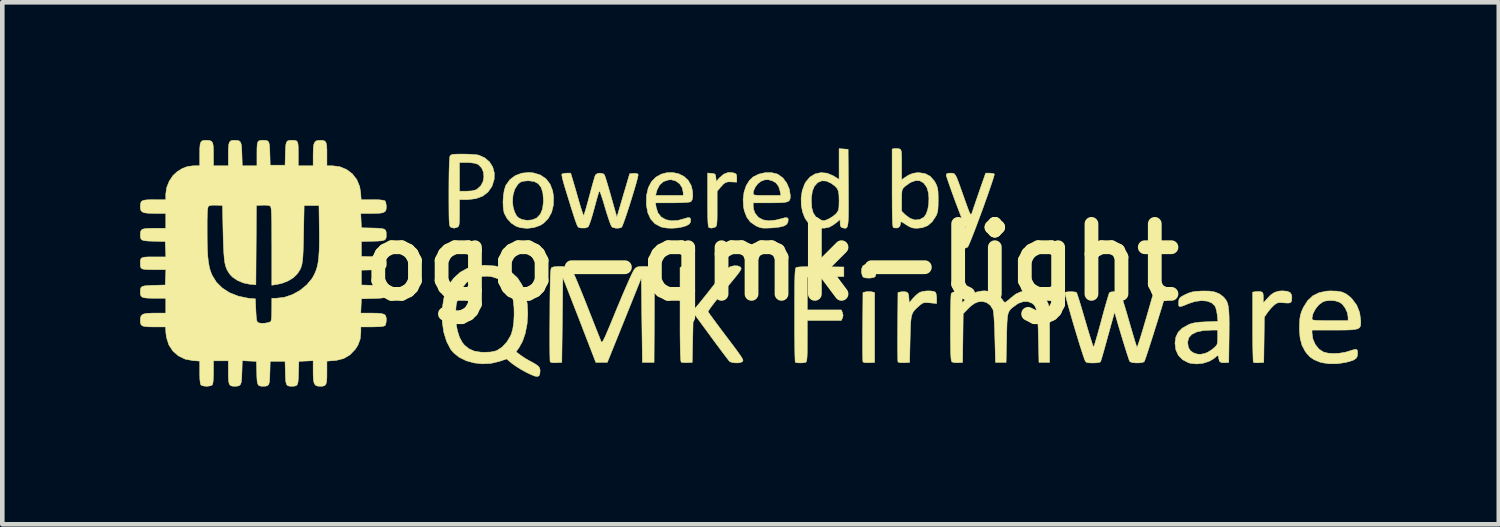
<source format=kicad_pcb>
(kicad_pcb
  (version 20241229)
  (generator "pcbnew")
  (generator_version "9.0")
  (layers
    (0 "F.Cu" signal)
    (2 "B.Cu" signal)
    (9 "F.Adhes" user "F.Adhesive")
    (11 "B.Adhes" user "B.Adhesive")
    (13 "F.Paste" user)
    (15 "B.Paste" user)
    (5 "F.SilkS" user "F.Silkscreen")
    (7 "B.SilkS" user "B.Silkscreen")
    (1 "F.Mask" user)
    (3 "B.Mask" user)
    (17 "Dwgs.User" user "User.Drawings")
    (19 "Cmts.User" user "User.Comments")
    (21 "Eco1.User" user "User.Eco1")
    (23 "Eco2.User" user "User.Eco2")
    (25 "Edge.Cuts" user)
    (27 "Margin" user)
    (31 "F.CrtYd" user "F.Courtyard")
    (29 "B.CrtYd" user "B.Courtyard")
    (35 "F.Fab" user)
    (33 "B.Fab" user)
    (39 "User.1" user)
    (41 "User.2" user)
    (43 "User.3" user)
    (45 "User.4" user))
  (footprint "logo-qmk-light"
    (layer "F.Cu")
    (at 13.352 2.66)
    (property "Reference" "logo-qmk-light" (at 0 0 0) (layer "F.SilkS") (effects (font (size 1.524 1.524) (thickness 0.3))))
    (attr through_hole)
    (fp_poly (pts (xy 2.58 0.644) (xy 2.644 0.661) (xy 2.644 2.182) (xy 2.522 2.189) (xy 2.439 2.189) (xy 2.396 2.175) (xy 2.389 2.166) (xy 2.387 2.136) (xy 2.385 2.066) (xy 2.383 1.961) (xy 2.382 1.827) (xy 2.382 1.671) (xy 2.383 1.497) (xy 2.384 1.398) (xy 2.39 0.661) (xy 2.453 0.644) (xy 2.526 0.638) (xy 2.58 0.644)) (stroke (width 0.01) (type solid)) (fill yes) (layer "F.SilkS"))
    (fp_poly (pts (xy 2.575 0.043) (xy 2.635 0.063) (xy 2.644 0.069) (xy 2.667 0.112) (xy 2.678 0.18) (xy 2.675 0.252) (xy 2.659 0.307) (xy 2.651 0.319) (xy 2.612 0.335) (xy 2.547 0.345) (xy 2.513 0.346) (xy 2.439 0.341) (xy 2.397 0.324) (xy 2.379 0.302) (xy 2.358 0.226) (xy 2.361 0.144) (xy 2.386 0.082) (xy 2.431 0.054) (xy 2.5 0.04) (xy 2.575 0.043)) (stroke (width 0.01) (type solid)) (fill yes) (layer "F.SilkS"))
    (fp_poly (pts (xy -0.443 -1.949) (xy -0.388 -1.932) (xy -0.364 -1.906) (xy -0.358 -1.854) (xy -0.358 -1.836) (xy -0.358 -1.743) (xy -0.473 -1.749) (xy -0.547 -1.75) (xy -0.6 -1.736) (xy -0.649 -1.702) (xy -0.707 -1.638) (xy -0.722 -1.62) (xy -0.785 -1.544) (xy -0.785 -1.165) (xy -0.785 -1.024) (xy -0.787 -0.922) (xy -0.791 -0.853) (xy -0.797 -0.809) (xy -0.807 -0.783) (xy -0.822 -0.768) (xy -0.83 -0.763) (xy -0.905 -0.742) (xy -0.964 -0.754) (xy -0.973 -0.769) (xy -0.981 -0.808) (xy -0.986 -0.876) (xy -0.99 -0.975) (xy -0.992 -1.112) (xy -0.993 -1.289) (xy -0.993 -1.354) (xy -0.993 -1.942) (xy -0.906 -1.935) (xy -0.849 -1.927) (xy -0.823 -1.905) (xy -0.814 -1.853) (xy -0.813 -1.842) (xy -0.805 -1.756) (xy -0.738 -1.834) (xy -0.643 -1.917) (xy -0.544 -1.955) (xy -0.443 -1.949)) (stroke (width 0.01) (type solid)) (fill yes) (layer "F.SilkS"))
    (fp_poly (pts (xy 11.629 0.632) (xy 11.693 0.661) (xy 11.725 0.713) (xy 11.73 0.762) (xy 11.726 0.833) (xy 11.709 0.873) (xy 11.668 0.889) (xy 11.594 0.888) (xy 11.56 0.885) (xy 11.478 0.879) (xy 11.425 0.884) (xy 11.383 0.903) (xy 11.342 0.935) (xy 11.282 0.994) (xy 11.22 1.068) (xy 11.199 1.097) (xy 11.131 1.196) (xy 11.125 1.689) (xy 11.118 2.182) (xy 11.014 2.189) (xy 10.947 2.19) (xy 10.901 2.184) (xy 10.892 2.179) (xy 10.888 2.153) (xy 10.885 2.086) (xy 10.882 1.984) (xy 10.879 1.853) (xy 10.877 1.697) (xy 10.876 1.524) (xy 10.876 1.407) (xy 10.876 0.652) (xy 10.934 0.641) (xy 11.004 0.637) (xy 11.049 0.641) (xy 11.083 0.652) (xy 11.101 0.677) (xy 11.107 0.728) (xy 11.108 0.77) (xy 11.108 0.889) (xy 11.183 0.802) (xy 11.271 0.711) (xy 11.354 0.656) (xy 11.445 0.629) (xy 11.526 0.624) (xy 11.629 0.632)) (stroke (width 0.01) (type solid)) (fill yes) (layer "F.SilkS"))
    (fp_poly (pts (xy 1.469 0.098) (xy 1.974 0.104) (xy 1.974 0.312) (xy 1.178 0.324) (xy 1.178 1.039) (xy 1.918 1.039) (xy 1.944 1.097) (xy 1.958 1.161) (xy 1.944 1.212) (xy 1.918 1.27) (xy 1.178 1.27) (xy 1.178 1.718) (xy 1.177 1.875) (xy 1.176 1.991) (xy 1.172 2.074) (xy 1.167 2.128) (xy 1.159 2.16) (xy 1.148 2.176) (xy 1.141 2.18) (xy 1.092 2.19) (xy 1.026 2.193) (xy 0.962 2.19) (xy 0.921 2.181) (xy 0.916 2.178) (xy 0.913 2.153) (xy 0.91 2.086) (xy 0.907 1.982) (xy 0.905 1.846) (xy 0.903 1.684) (xy 0.901 1.499) (xy 0.901 1.296) (xy 0.901 1.154) (xy 0.901 0.904) (xy 0.902 0.697) (xy 0.903 0.529) (xy 0.905 0.395) (xy 0.908 0.293) (xy 0.912 0.218) (xy 0.917 0.166) (xy 0.923 0.135) (xy 0.931 0.119) (xy 0.932 0.118) (xy 0.963 0.108) (xy 1.029 0.101) (xy 1.135 0.098) (xy 1.281 0.096) (xy 1.469 0.098)) (stroke (width 0.01) (type solid)) (fill yes) (layer "F.SilkS"))
    (fp_poly (pts (xy 3.927 0.634) (xy 3.967 0.651) (xy 3.984 0.69) (xy 3.993 0.755) (xy 3.995 0.789) (xy 3.995 0.899) (xy 3.849 0.885) (xy 3.767 0.879) (xy 3.714 0.883) (xy 3.673 0.902) (xy 3.626 0.939) (xy 3.618 0.946) (xy 3.559 0.998) (xy 3.514 1.043) (xy 3.481 1.089) (xy 3.457 1.141) (xy 3.441 1.208) (xy 3.431 1.295) (xy 3.425 1.41) (xy 3.42 1.561) (xy 3.417 1.674) (xy 3.406 2.182) (xy 3.284 2.189) (xy 3.201 2.189) (xy 3.158 2.175) (xy 3.151 2.166) (xy 3.149 2.136) (xy 3.147 2.066) (xy 3.145 1.961) (xy 3.144 1.827) (xy 3.144 1.671) (xy 3.145 1.497) (xy 3.146 1.398) (xy 3.152 0.66) (xy 3.21 0.646) (xy 3.279 0.641) (xy 3.325 0.646) (xy 3.361 0.662) (xy 3.38 0.693) (xy 3.389 0.754) (xy 3.39 0.772) (xy 3.397 0.883) (xy 3.479 0.787) (xy 3.539 0.725) (xy 3.6 0.674) (xy 3.626 0.657) (xy 3.689 0.637) (xy 3.771 0.626) (xy 3.855 0.625) (xy 3.927 0.634)) (stroke (width 0.01) (type solid)) (fill yes) (layer "F.SilkS"))
    (fp_poly (pts (xy -4.783 -1.945) (xy -4.634 -1.899) (xy -4.514 -1.818) (xy -4.425 -1.704) (xy -4.368 -1.557) (xy -4.347 -1.424) (xy -4.351 -1.245) (xy -4.39 -1.086) (xy -4.463 -0.952) (xy -4.568 -0.847) (xy -4.64 -0.802) (xy -4.776 -0.754) (xy -4.925 -0.737) (xy -5.07 -0.752) (xy -5.161 -0.782) (xy -5.269 -0.852) (xy -5.36 -0.952) (xy -5.42 -1.065) (xy -5.428 -1.091) (xy -5.444 -1.193) (xy -5.448 -1.316) (xy -5.241 -1.316) (xy -5.229 -1.205) (xy -5.198 -1.099) (xy -5.154 -1.012) (xy -5.12 -0.974) (xy -5.034 -0.929) (xy -4.927 -0.912) (xy -4.818 -0.921) (xy -4.723 -0.958) (xy -4.711 -0.966) (xy -4.635 -1.046) (xy -4.588 -1.159) (xy -4.569 -1.307) (xy -4.568 -1.348) (xy -4.58 -1.507) (xy -4.617 -1.626) (xy -4.679 -1.709) (xy -4.769 -1.758) (xy -4.887 -1.773) (xy -4.928 -1.772) (xy -5.01 -1.763) (xy -5.065 -1.746) (xy -5.108 -1.712) (xy -5.128 -1.691) (xy -5.194 -1.588) (xy -5.231 -1.457) (xy -5.241 -1.316) (xy -5.448 -1.316) (xy -5.448 -1.318) (xy -5.44 -1.448) (xy -5.421 -1.568) (xy -5.392 -1.662) (xy -5.385 -1.677) (xy -5.298 -1.798) (xy -5.182 -1.886) (xy -5.042 -1.939) (xy -4.884 -1.955) (xy -4.783 -1.945)) (stroke (width 0.01) (type solid)) (fill yes) (layer "F.SilkS"))
    (fp_poly (pts (xy -1.622 -1.926) (xy -1.509 -1.869) (xy -1.417 -1.785) (xy -1.353 -1.674) (xy -1.344 -1.648) (xy -1.321 -1.541) (xy -1.316 -1.444) (xy -1.327 -1.367) (xy -1.355 -1.321) (xy -1.361 -1.317) (xy -1.4 -1.308) (xy -1.476 -1.301) (xy -1.582 -1.296) (xy -1.709 -1.293) (xy -1.767 -1.293) (xy -2.128 -1.293) (xy -2.113 -1.195) (xy -2.075 -1.075) (xy -2.004 -0.985) (xy -1.904 -0.927) (xy -1.78 -0.902) (xy -1.637 -0.911) (xy -1.511 -0.945) (xy -1.429 -0.97) (xy -1.383 -0.97) (xy -1.363 -0.942) (xy -1.365 -0.884) (xy -1.366 -0.873) (xy -1.394 -0.83) (xy -1.458 -0.794) (xy -1.549 -0.766) (xy -1.658 -0.747) (xy -1.774 -0.74) (xy -1.888 -0.745) (xy -1.991 -0.764) (xy -2.017 -0.773) (xy -2.14 -0.839) (xy -2.233 -0.941) (xy -2.295 -1.076) (xy -2.326 -1.244) (xy -2.327 -1.262) (xy -2.323 -1.455) (xy -2.125 -1.455) (xy -1.524 -1.455) (xy -1.524 -1.515) (xy -1.545 -1.619) (xy -1.6 -1.705) (xy -1.681 -1.767) (xy -1.779 -1.795) (xy -1.841 -1.793) (xy -1.953 -1.757) (xy -2.035 -1.686) (xy -2.092 -1.579) (xy -2.11 -1.518) (xy -2.125 -1.455) (xy -2.323 -1.455) (xy -2.323 -1.455) (xy -2.285 -1.621) (xy -2.215 -1.754) (xy -2.119 -1.852) (xy -2.004 -1.917) (xy -1.878 -1.95) (xy -1.748 -1.953) (xy -1.622 -1.926)) (stroke (width 0.01) (type solid)) (fill yes) (layer "F.SilkS"))
    (fp_poly (pts (xy -6.206 -2.353) (xy -6.101 -2.347) (xy -6.017 -2.339) (xy -5.978 -2.332) (xy -5.845 -2.273) (xy -5.742 -2.184) (xy -5.672 -2.072) (xy -5.637 -1.942) (xy -5.641 -1.803) (xy -5.686 -1.66) (xy -5.692 -1.648) (xy -5.776 -1.527) (xy -5.892 -1.439) (xy -6.04 -1.384) (xy -6.219 -1.363) (xy -6.247 -1.362) (xy -6.396 -1.362) (xy -6.396 -1.075) (xy -6.397 -0.954) (xy -6.399 -0.871) (xy -6.405 -0.818) (xy -6.415 -0.787) (xy -6.431 -0.769) (xy -6.441 -0.763) (xy -6.511 -0.741) (xy -6.578 -0.759) (xy -6.587 -0.764) (xy -6.598 -0.773) (xy -6.607 -0.791) (xy -6.614 -0.821) (xy -6.619 -0.868) (xy -6.623 -0.938) (xy -6.625 -1.034) (xy -6.626 -1.163) (xy -6.627 -1.328) (xy -6.627 -1.527) (xy -6.626 -1.75) (xy -6.624 -1.94) (xy -6.62 -2.094) (xy -6.617 -2.171) (xy -6.396 -2.171) (xy -6.396 -1.547) (xy -6.24 -1.547) (xy -6.131 -1.553) (xy -6.051 -1.572) (xy -6.011 -1.592) (xy -5.933 -1.663) (xy -5.884 -1.755) (xy -5.865 -1.858) (xy -5.874 -1.96) (xy -5.913 -2.052) (xy -5.981 -2.122) (xy -6.003 -2.136) (xy -6.074 -2.157) (xy -6.177 -2.169) (xy -6.233 -2.171) (xy -6.396 -2.171) (xy -6.617 -2.171) (xy -6.615 -2.209) (xy -6.609 -2.283) (xy -6.603 -2.311) (xy -6.588 -2.33) (xy -6.563 -2.343) (xy -6.519 -2.351) (xy -6.447 -2.354) (xy -6.339 -2.355) (xy -6.32 -2.355) (xy -6.206 -2.353)) (stroke (width 0.01) (type solid)) (fill yes) (layer "F.SilkS"))
    (fp_poly (pts (xy 5.21 -1.935) (xy 5.248 -1.923) (xy 5.251 -1.92) (xy 5.247 -1.893) (xy 5.229 -1.829) (xy 5.198 -1.734) (xy 5.157 -1.613) (xy 5.109 -1.473) (xy 5.054 -1.32) (xy 4.997 -1.16) (xy 4.937 -0.999) (xy 4.879 -0.842) (xy 4.824 -0.696) (xy 4.773 -0.566) (xy 4.73 -0.459) (xy 4.697 -0.38) (xy 4.675 -0.336) (xy 4.67 -0.329) (xy 4.619 -0.307) (xy 4.558 -0.301) (xy 4.508 -0.313) (xy 4.489 -0.332) (xy 4.492 -0.366) (xy 4.51 -0.431) (xy 4.539 -0.516) (xy 4.557 -0.561) (xy 4.589 -0.649) (xy 4.611 -0.722) (xy 4.619 -0.767) (xy 4.617 -0.777) (xy 4.603 -0.805) (xy 4.576 -0.869) (xy 4.539 -0.962) (xy 4.495 -1.077) (xy 4.446 -1.206) (xy 4.395 -1.342) (xy 4.345 -1.478) (xy 4.299 -1.607) (xy 4.259 -1.721) (xy 4.228 -1.812) (xy 4.208 -1.875) (xy 4.203 -1.899) (xy 4.213 -1.926) (xy 4.251 -1.938) (xy 4.294 -1.94) (xy 4.33 -1.939) (xy 4.358 -1.935) (xy 4.382 -1.922) (xy 4.405 -1.893) (xy 4.43 -1.845) (xy 4.46 -1.77) (xy 4.499 -1.664) (xy 4.55 -1.521) (xy 4.562 -1.487) (xy 4.619 -1.326) (xy 4.663 -1.204) (xy 4.695 -1.119) (xy 4.718 -1.066) (xy 4.735 -1.043) (xy 4.749 -1.044) (xy 4.761 -1.068) (xy 4.775 -1.109) (xy 4.794 -1.166) (xy 4.794 -1.166) (xy 4.823 -1.251) (xy 4.862 -1.365) (xy 4.906 -1.493) (xy 4.951 -1.623) (xy 4.955 -1.634) (xy 5.062 -1.94) (xy 5.151 -1.94) (xy 5.21 -1.935)) (stroke (width 0.01) (type solid)) (fill yes) (layer "F.SilkS"))
    (fp_poly (pts (xy 0.518 -1.923) (xy 0.543 -1.911) (xy 0.647 -1.834) (xy 0.73 -1.724) (xy 0.786 -1.593) (xy 0.808 -1.452) (xy 0.808 -1.441) (xy 0.805 -1.389) (xy 0.793 -1.352) (xy 0.764 -1.325) (xy 0.714 -1.308) (xy 0.636 -1.298) (xy 0.524 -1.294) (xy 0.372 -1.293) (xy 0.368 -1.293) (xy 0 -1.293) (xy 0 -1.218) (xy 0.011 -1.145) (xy 0.039 -1.07) (xy 0.042 -1.064) (xy 0.114 -0.976) (xy 0.215 -0.922) (xy 0.342 -0.903) (xy 0.494 -0.918) (xy 0.6 -0.945) (xy 0.688 -0.968) (xy 0.74 -0.969) (xy 0.762 -0.945) (xy 0.759 -0.892) (xy 0.753 -0.868) (xy 0.727 -0.824) (xy 0.672 -0.79) (xy 0.583 -0.767) (xy 0.455 -0.751) (xy 0.381 -0.746) (xy 0.278 -0.742) (xy 0.206 -0.744) (xy 0.149 -0.755) (xy 0.094 -0.776) (xy 0.052 -0.797) (xy -0.06 -0.874) (xy -0.14 -0.98) (xy -0.193 -1.118) (xy -0.21 -1.2) (xy -0.22 -1.366) (xy -0.203 -1.502) (xy 0 -1.502) (xy 0.002 -1.483) (xy 0.014 -1.47) (xy 0.043 -1.461) (xy 0.097 -1.457) (xy 0.182 -1.455) (xy 0.301 -1.455) (xy 0.602 -1.455) (xy 0.587 -1.541) (xy 0.553 -1.653) (xy 0.493 -1.729) (xy 0.426 -1.768) (xy 0.332 -1.797) (xy 0.248 -1.793) (xy 0.17 -1.763) (xy 0.102 -1.711) (xy 0.043 -1.634) (xy 0.007 -1.548) (xy 0 -1.502) (xy -0.203 -1.502) (xy -0.2 -1.525) (xy -0.153 -1.667) (xy -0.08 -1.784) (xy -0.002 -1.857) (xy 0.12 -1.918) (xy 0.258 -1.95) (xy 0.395 -1.952) (xy 0.518 -1.923)) (stroke (width 0.01) (type solid)) (fill yes) (layer "F.SilkS"))
    (fp_poly (pts (xy 1.968 -2.466) (xy 2.067 -2.459) (xy 2.073 -1.625) (xy 2.074 -1.397) (xy 2.075 -1.21) (xy 2.074 -1.062) (xy 2.071 -0.947) (xy 2.066 -0.862) (xy 2.057 -0.803) (xy 2.045 -0.766) (xy 2.028 -0.746) (xy 2.007 -0.739) (xy 1.98 -0.742) (xy 1.951 -0.748) (xy 1.912 -0.766) (xy 1.896 -0.804) (xy 1.893 -0.845) (xy 1.893 -0.928) (xy 1.804 -0.857) (xy 1.737 -0.809) (xy 1.673 -0.772) (xy 1.653 -0.763) (xy 1.553 -0.742) (xy 1.439 -0.743) (xy 1.333 -0.765) (xy 1.293 -0.782) (xy 1.199 -0.856) (xy 1.125 -0.964) (xy 1.074 -1.097) (xy 1.046 -1.244) (xy 1.045 -1.334) (xy 1.266 -1.334) (xy 1.276 -1.184) (xy 1.308 -1.071) (xy 1.363 -0.99) (xy 1.432 -0.941) (xy 1.491 -0.913) (xy 1.533 -0.904) (xy 1.578 -0.914) (xy 1.644 -0.943) (xy 1.655 -0.949) (xy 1.73 -0.994) (xy 1.797 -1.049) (xy 1.812 -1.066) (xy 1.84 -1.103) (xy 1.857 -1.142) (xy 1.866 -1.194) (xy 1.869 -1.272) (xy 1.87 -1.347) (xy 1.867 -1.462) (xy 1.855 -1.544) (xy 1.83 -1.604) (xy 1.784 -1.654) (xy 1.713 -1.708) (xy 1.697 -1.719) (xy 1.595 -1.767) (xy 1.496 -1.773) (xy 1.407 -1.736) (xy 1.4 -1.73) (xy 1.332 -1.654) (xy 1.289 -1.55) (xy 1.268 -1.412) (xy 1.266 -1.334) (xy 1.045 -1.334) (xy 1.043 -1.399) (xy 1.066 -1.551) (xy 1.116 -1.693) (xy 1.147 -1.75) (xy 1.237 -1.855) (xy 1.348 -1.923) (xy 1.474 -1.951) (xy 1.607 -1.939) (xy 1.739 -1.884) (xy 1.751 -1.877) (xy 1.87 -1.803) (xy 1.87 -2.473) (xy 1.968 -2.466)) (stroke (width 0.01) (type solid)) (fill yes) (layer "F.SilkS"))
    (fp_poly (pts (xy 3.183 -2.468) (xy 3.203 -2.458) (xy 3.216 -2.442) (xy 3.225 -2.411) (xy 3.23 -2.358) (xy 3.232 -2.276) (xy 3.233 -2.158) (xy 3.233 -2.122) (xy 3.233 -1.795) (xy 3.285 -1.833) (xy 3.385 -1.898) (xy 3.474 -1.934) (xy 3.567 -1.949) (xy 3.604 -1.95) (xy 3.74 -1.931) (xy 3.853 -1.872) (xy 3.942 -1.773) (xy 3.975 -1.716) (xy 4 -1.659) (xy 4.016 -1.604) (xy 4.025 -1.536) (xy 4.028 -1.444) (xy 4.029 -1.351) (xy 4.027 -1.231) (xy 4.022 -1.146) (xy 4.011 -1.084) (xy 3.993 -1.033) (xy 3.979 -1.004) (xy 3.896 -0.88) (xy 3.799 -0.796) (xy 3.682 -0.751) (xy 3.559 -0.739) (xy 3.479 -0.745) (xy 3.408 -0.77) (xy 3.327 -0.818) (xy 3.263 -0.861) (xy 3.228 -0.879) (xy 3.213 -0.875) (xy 3.21 -0.851) (xy 3.21 -0.846) (xy 3.192 -0.78) (xy 3.144 -0.746) (xy 3.076 -0.747) (xy 3.054 -0.754) (xy 3.046 -0.767) (xy 3.039 -0.803) (xy 3.034 -0.864) (xy 3.031 -0.954) (xy 3.028 -1.076) (xy 3.026 -1.235) (xy 3.026 -1.348) (xy 3.233 -1.348) (xy 3.233 -1.111) (xy 3.317 -1.028) (xy 3.419 -0.954) (xy 3.523 -0.92) (xy 3.624 -0.929) (xy 3.715 -0.979) (xy 3.721 -0.985) (xy 3.768 -1.053) (xy 3.802 -1.153) (xy 3.822 -1.273) (xy 3.826 -1.399) (xy 3.814 -1.519) (xy 3.784 -1.621) (xy 3.776 -1.637) (xy 3.711 -1.726) (xy 3.629 -1.773) (xy 3.533 -1.777) (xy 3.428 -1.739) (xy 3.314 -1.659) (xy 3.296 -1.643) (xy 3.268 -1.615) (xy 3.249 -1.585) (xy 3.239 -1.545) (xy 3.234 -1.482) (xy 3.233 -1.388) (xy 3.233 -1.348) (xy 3.026 -1.348) (xy 3.025 -1.434) (xy 3.025 -1.616) (xy 3.025 -2.465) (xy 3.079 -2.476) (xy 3.145 -2.476) (xy 3.183 -2.468)) (stroke (width 0.01) (type solid)) (fill yes) (layer "F.SilkS"))
    (fp_poly (pts (xy 12.713 0.63) (xy 12.821 0.649) (xy 12.91 0.689) (xy 12.994 0.753) (xy 13.036 0.794) (xy 13.141 0.933) (xy 13.206 1.096) (xy 13.231 1.279) (xy 13.231 1.299) (xy 13.229 1.354) (xy 13.221 1.396) (xy 13.2 1.428) (xy 13.162 1.45) (xy 13.102 1.464) (xy 13.013 1.473) (xy 12.891 1.477) (xy 12.73 1.478) (xy 12.649 1.478) (xy 12.169 1.478) (xy 12.169 1.541) (xy 12.188 1.674) (xy 12.241 1.794) (xy 12.321 1.892) (xy 12.419 1.956) (xy 12.515 1.98) (xy 12.637 1.988) (xy 12.771 1.981) (xy 12.9 1.959) (xy 12.963 1.94) (xy 13.057 1.91) (xy 13.115 1.897) (xy 13.147 1.904) (xy 13.159 1.933) (xy 13.162 1.985) (xy 13.155 2.047) (xy 13.129 2.093) (xy 13.077 2.129) (xy 12.991 2.159) (xy 12.908 2.181) (xy 12.724 2.21) (xy 12.543 2.212) (xy 12.381 2.187) (xy 12.334 2.173) (xy 12.214 2.123) (xy 12.124 2.062) (xy 12.047 1.978) (xy 12.015 1.932) (xy 11.95 1.807) (xy 11.91 1.657) (xy 11.894 1.476) (xy 11.896 1.35) (xy 11.903 1.238) (xy 11.905 1.223) (xy 12.169 1.223) (xy 12.171 1.24) (xy 12.181 1.253) (xy 12.206 1.261) (xy 12.251 1.266) (xy 12.324 1.269) (xy 12.432 1.27) (xy 12.561 1.27) (xy 12.954 1.27) (xy 12.954 1.194) (xy 12.937 1.096) (xy 12.892 0.998) (xy 12.828 0.915) (xy 12.769 0.872) (xy 12.676 0.842) (xy 12.568 0.833) (xy 12.465 0.843) (xy 12.404 0.864) (xy 12.317 0.928) (xy 12.243 1.019) (xy 12.19 1.121) (xy 12.169 1.219) (xy 12.169 1.223) (xy 11.905 1.223) (xy 11.916 1.153) (xy 11.939 1.078) (xy 11.976 0.995) (xy 11.982 0.982) (xy 12.073 0.837) (xy 12.186 0.731) (xy 12.324 0.663) (xy 12.49 0.629) (xy 12.573 0.625) (xy 12.713 0.63)) (stroke (width 0.01) (type solid)) (fill yes) (layer "F.SilkS"))
    (fp_poly (pts (xy -1.399 0.079) (xy -1.316 0.094) (xy -1.316 0.567) (xy -1.315 0.709) (xy -1.313 0.833) (xy -1.31 0.934) (xy -1.305 1.004) (xy -1.3 1.037) (xy -1.299 1.038) (xy -1.28 1.02) (xy -1.238 0.971) (xy -1.175 0.896) (xy -1.097 0.799) (xy -1.006 0.686) (xy -0.947 0.61) (xy -0.849 0.486) (xy -0.758 0.372) (xy -0.679 0.274) (xy -0.616 0.198) (xy -0.575 0.149) (xy -0.562 0.136) (xy -0.496 0.096) (xy -0.415 0.077) (xy -0.336 0.08) (xy -0.29 0.099) (xy -0.274 0.112) (xy -0.264 0.126) (xy -0.263 0.145) (xy -0.275 0.172) (xy -0.301 0.213) (xy -0.345 0.271) (xy -0.409 0.351) (xy -0.496 0.456) (xy -0.609 0.591) (xy -0.656 0.646) (xy -0.752 0.763) (xy -0.837 0.869) (xy -0.906 0.959) (xy -0.955 1.027) (xy -0.981 1.069) (xy -0.983 1.078) (xy -0.967 1.104) (xy -0.926 1.161) (xy -0.865 1.244) (xy -0.788 1.348) (xy -0.699 1.468) (xy -0.619 1.574) (xy -0.5 1.731) (xy -0.407 1.855) (xy -0.337 1.951) (xy -0.286 2.022) (xy -0.252 2.073) (xy -0.232 2.109) (xy -0.224 2.132) (xy -0.225 2.148) (xy -0.232 2.16) (xy -0.236 2.165) (xy -0.277 2.185) (xy -0.344 2.193) (xy -0.419 2.19) (xy -0.485 2.176) (xy -0.517 2.158) (xy -0.539 2.131) (xy -0.585 2.071) (xy -0.651 1.985) (xy -0.731 1.877) (xy -0.824 1.753) (xy -0.924 1.617) (xy -0.928 1.611) (xy -1.305 1.098) (xy -1.316 1.64) (xy -1.328 2.182) (xy -1.432 2.187) (xy -1.501 2.187) (xy -1.553 2.182) (xy -1.564 2.179) (xy -1.572 2.166) (xy -1.578 2.132) (xy -1.582 2.074) (xy -1.586 1.988) (xy -1.589 1.87) (xy -1.591 1.719) (xy -1.593 1.53) (xy -1.593 1.3) (xy -1.593 1.141) (xy -1.593 0.114) (xy -1.537 0.089) (xy -1.473 0.075) (xy -1.399 0.079)) (stroke (width 0.01) (type solid)) (fill yes) (layer "F.SilkS"))
    (fp_poly (pts (xy -2.259 0.097) (xy -2.193 0.111) (xy -2.173 0.124) (xy -2.166 0.148) (xy -2.161 0.202) (xy -2.157 0.29) (xy -2.154 0.414) (xy -2.152 0.576) (xy -2.152 0.778) (xy -2.152 1.023) (xy -2.153 1.169) (xy -2.159 2.182) (xy -2.413 2.182) (xy -2.425 1.263) (xy -2.436 0.343) (xy -2.806 1.263) (xy -3.177 2.182) (xy -3.427 2.182) (xy -3.677 1.536) (xy -3.746 1.356) (xy -3.816 1.175) (xy -3.884 1.002) (xy -3.945 0.845) (xy -3.996 0.714) (xy -4.034 0.616) (xy -4.036 0.612) (xy -4.145 0.335) (xy -4.156 1.258) (xy -4.168 2.182) (xy -4.289 2.189) (xy -4.371 2.189) (xy -4.414 2.176) (xy -4.423 2.165) (xy -4.425 2.136) (xy -4.427 2.065) (xy -4.429 1.959) (xy -4.43 1.82) (xy -4.43 1.656) (xy -4.43 1.469) (xy -4.429 1.266) (xy -4.428 1.135) (xy -4.427 0.89) (xy -4.425 0.688) (xy -4.422 0.524) (xy -4.42 0.394) (xy -4.416 0.294) (xy -4.412 0.221) (xy -4.407 0.17) (xy -4.4 0.138) (xy -4.393 0.12) (xy -4.387 0.115) (xy -4.337 0.1) (xy -4.257 0.093) (xy -4.165 0.093) (xy -4.075 0.101) (xy -4.005 0.115) (xy -3.979 0.127) (xy -3.956 0.158) (xy -3.919 0.227) (xy -3.869 0.336) (xy -3.806 0.486) (xy -3.727 0.677) (xy -3.636 0.906) (xy -3.566 1.084) (xy -3.5 1.25) (xy -3.441 1.4) (xy -3.391 1.527) (xy -3.351 1.627) (xy -3.325 1.694) (xy -3.315 1.719) (xy -3.307 1.735) (xy -3.298 1.741) (xy -3.286 1.733) (xy -3.269 1.709) (xy -3.246 1.664) (xy -3.213 1.594) (xy -3.171 1.496) (xy -3.116 1.367) (xy -3.048 1.202) (xy -2.967 1.004) (xy -2.891 0.823) (xy -2.819 0.652) (xy -2.752 0.499) (xy -2.694 0.367) (xy -2.646 0.263) (xy -2.61 0.191) (xy -2.59 0.157) (xy -2.558 0.123) (xy -2.524 0.104) (xy -2.474 0.095) (xy -2.395 0.092) (xy -2.368 0.092) (xy -2.259 0.097)) (stroke (width 0.01) (type solid)) (fill yes) (layer "F.SilkS"))
    (fp_poly (pts (xy -5.613 0.083) (xy -5.422 0.135) (xy -5.262 0.222) (xy -5.131 0.344) (xy -5.03 0.502) (xy -4.96 0.694) (xy -4.92 0.91) (xy -4.909 1.129) (xy -4.924 1.344) (xy -4.963 1.546) (xy -5.024 1.724) (xy -5.099 1.859) (xy -5.164 1.952) (xy -5.068 2.024) (xy -4.991 2.077) (xy -4.898 2.133) (xy -4.847 2.16) (xy -4.75 2.214) (xy -4.688 2.257) (xy -4.654 2.297) (xy -4.642 2.342) (xy -4.641 2.357) (xy -4.646 2.429) (xy -4.664 2.473) (xy -4.7 2.489) (xy -4.76 2.479) (xy -4.849 2.443) (xy -4.951 2.393) (xy -5.054 2.336) (xy -5.155 2.273) (xy -5.238 2.215) (xy -5.259 2.199) (xy -5.37 2.106) (xy -5.531 2.161) (xy -5.711 2.203) (xy -5.897 2.213) (xy -6.079 2.193) (xy -6.251 2.145) (xy -6.403 2.07) (xy -6.527 1.97) (xy -6.59 1.893) (xy -6.677 1.725) (xy -6.738 1.526) (xy -6.771 1.306) (xy -6.773 1.136) (xy -6.482 1.136) (xy -6.473 1.319) (xy -6.442 1.489) (xy -6.394 1.639) (xy -6.328 1.758) (xy -6.284 1.81) (xy -6.184 1.888) (xy -6.074 1.936) (xy -5.94 1.958) (xy -5.854 1.961) (xy -5.721 1.956) (xy -5.621 1.936) (xy -5.576 1.92) (xy -5.466 1.847) (xy -5.365 1.738) (xy -5.285 1.605) (xy -5.264 1.556) (xy -5.234 1.445) (xy -5.214 1.303) (xy -5.206 1.146) (xy -5.209 0.988) (xy -5.224 0.844) (xy -5.247 0.737) (xy -5.316 0.577) (xy -5.413 0.453) (xy -5.538 0.366) (xy -5.691 0.316) (xy -5.785 0.304) (xy -5.962 0.312) (xy -6.115 0.358) (xy -6.242 0.443) (xy -6.343 0.565) (xy -6.418 0.723) (xy -6.465 0.918) (xy -6.47 0.95) (xy -6.482 1.136) (xy -6.773 1.136) (xy -6.774 1.073) (xy -6.765 0.961) (xy -6.733 0.768) (xy -6.685 0.608) (xy -6.616 0.472) (xy -6.521 0.347) (xy -6.516 0.342) (xy -6.381 0.219) (xy -6.228 0.134) (xy -6.051 0.084) (xy -5.845 0.066) (xy -5.833 0.066) (xy -5.613 0.083)) (stroke (width 0.01) (type solid)) (fill yes) (layer "F.SilkS"))
    (fp_poly (pts (xy 9.922 0.628) (xy 10.05 0.648) (xy 10.152 0.689) (xy 10.238 0.754) (xy 10.248 0.765) (xy 10.283 0.805) (xy 10.311 0.849) (xy 10.332 0.902) (xy 10.347 0.971) (xy 10.357 1.061) (xy 10.363 1.177) (xy 10.365 1.326) (xy 10.364 1.513) (xy 10.363 1.605) (xy 10.356 2.182) (xy 10.266 2.189) (xy 10.192 2.186) (xy 10.151 2.155) (xy 10.137 2.092) (xy 10.137 2.084) (xy 10.127 2.04) (xy 10.1 2.038) (xy 10.065 2.07) (xy 10.026 2.102) (xy 9.962 2.14) (xy 9.918 2.162) (xy 9.79 2.202) (xy 9.65 2.215) (xy 9.517 2.2) (xy 9.479 2.189) (xy 9.351 2.123) (xy 9.258 2.028) (xy 9.203 1.906) (xy 9.185 1.763) (xy 9.187 1.748) (xy 9.461 1.748) (xy 9.476 1.855) (xy 9.523 1.931) (xy 9.59 1.975) (xy 9.672 2.002) (xy 9.75 2.004) (xy 9.838 1.986) (xy 9.904 1.957) (xy 9.98 1.909) (xy 10.017 1.88) (xy 10.068 1.835) (xy 10.097 1.798) (xy 10.11 1.754) (xy 10.114 1.687) (xy 10.114 1.638) (xy 10.114 1.478) (xy 9.993 1.478) (xy 9.804 1.488) (xy 9.657 1.519) (xy 9.551 1.571) (xy 9.486 1.643) (xy 9.461 1.737) (xy 9.461 1.748) (xy 9.187 1.748) (xy 9.203 1.632) (xy 9.254 1.525) (xy 9.343 1.436) (xy 9.474 1.362) (xy 9.479 1.359) (xy 9.547 1.334) (xy 9.624 1.317) (xy 9.723 1.305) (xy 9.855 1.298) (xy 9.857 1.298) (xy 10.12 1.287) (xy 10.105 1.147) (xy 10.091 1.062) (xy 10.071 0.988) (xy 10.054 0.952) (xy 9.985 0.886) (xy 9.885 0.847) (xy 9.762 0.837) (xy 9.624 0.854) (xy 9.479 0.901) (xy 9.459 0.91) (xy 9.365 0.949) (xy 9.307 0.966) (xy 9.275 0.961) (xy 9.263 0.93) (xy 9.264 0.873) (xy 9.264 0.872) (xy 9.27 0.818) (xy 9.286 0.782) (xy 9.32 0.752) (xy 9.384 0.717) (xy 9.408 0.705) (xy 9.485 0.67) (xy 9.558 0.648) (xy 9.642 0.635) (xy 9.755 0.628) (xy 9.761 0.627) (xy 9.922 0.628)) (stroke (width 0.01) (type solid)) (fill yes) (layer "F.SilkS"))
    (fp_poly (pts (xy -3.931 -1.795) (xy -3.908 -1.718) (xy -3.876 -1.61) (xy -3.84 -1.484) (xy -3.803 -1.354) (xy -3.797 -1.334) (xy -3.764 -1.221) (xy -3.734 -1.125) (xy -3.71 -1.056) (xy -3.696 -1.019) (xy -3.693 -1.016) (xy -3.683 -1.037) (xy -3.664 -1.096) (xy -3.637 -1.186) (xy -3.605 -1.3) (xy -3.57 -1.431) (xy -3.568 -1.437) (xy -3.532 -1.573) (xy -3.499 -1.694) (xy -3.47 -1.794) (xy -3.449 -1.865) (xy -3.437 -1.899) (xy -3.394 -1.932) (xy -3.337 -1.94) (xy -3.266 -1.927) (xy -3.237 -1.899) (xy -3.225 -1.865) (xy -3.202 -1.794) (xy -3.172 -1.694) (xy -3.136 -1.572) (xy -3.097 -1.435) (xy -3.093 -1.42) (xy -2.969 -0.981) (xy -2.918 -1.155) (xy -2.891 -1.246) (xy -2.856 -1.365) (xy -2.817 -1.498) (xy -2.778 -1.628) (xy -2.69 -1.928) (xy -2.603 -1.935) (xy -2.535 -1.933) (xy -2.505 -1.912) (xy -2.508 -1.881) (xy -2.524 -1.813) (xy -2.55 -1.716) (xy -2.584 -1.598) (xy -2.624 -1.466) (xy -2.667 -1.327) (xy -2.711 -1.188) (xy -2.754 -1.057) (xy -2.793 -0.942) (xy -2.827 -0.849) (xy -2.852 -0.785) (xy -2.867 -0.759) (xy -2.925 -0.742) (xy -2.999 -0.742) (xy -3.063 -0.76) (xy -3.076 -0.768) (xy -3.094 -0.799) (xy -3.122 -0.866) (xy -3.155 -0.963) (xy -3.193 -1.08) (xy -3.224 -1.183) (xy -3.26 -1.307) (xy -3.294 -1.413) (xy -3.321 -1.493) (xy -3.341 -1.542) (xy -3.35 -1.553) (xy -3.361 -1.526) (xy -3.381 -1.462) (xy -3.408 -1.369) (xy -3.439 -1.254) (xy -3.463 -1.166) (xy -3.5 -1.032) (xy -3.535 -0.918) (xy -3.565 -0.831) (xy -3.589 -0.779) (xy -3.597 -0.768) (xy -3.658 -0.745) (xy -3.743 -0.745) (xy -3.792 -0.755) (xy -3.803 -0.759) (xy -3.814 -0.769) (xy -3.827 -0.789) (xy -3.842 -0.823) (xy -3.861 -0.874) (xy -3.887 -0.948) (xy -3.919 -1.048) (xy -3.961 -1.179) (xy -4.012 -1.344) (xy -4.075 -1.548) (xy -4.098 -1.622) (xy -4.129 -1.728) (xy -4.153 -1.819) (xy -4.166 -1.885) (xy -4.168 -1.916) (xy -4.168 -1.917) (xy -4.138 -1.931) (xy -4.08 -1.939) (xy -4.064 -1.94) (xy -3.974 -1.94) (xy -3.931 -1.795)) (stroke (width 0.01) (type solid)) (fill yes) (layer "F.SilkS"))
    (fp_poly (pts (xy 5.191 0.643) (xy 5.31 0.696) (xy 5.4 0.781) (xy 5.415 0.802) (xy 5.45 0.85) (xy 5.477 0.875) (xy 5.481 0.877) (xy 5.507 0.863) (xy 5.556 0.825) (xy 5.614 0.775) (xy 5.722 0.691) (xy 5.827 0.644) (xy 5.946 0.626) (xy 6.038 0.628) (xy 6.177 0.654) (xy 6.288 0.716) (xy 6.376 0.817) (xy 6.402 0.861) (xy 6.418 0.892) (xy 6.43 0.924) (xy 6.439 0.962) (xy 6.445 1.012) (xy 6.45 1.082) (xy 6.452 1.176) (xy 6.453 1.3) (xy 6.454 1.462) (xy 6.454 1.57) (xy 6.454 2.182) (xy 6.223 2.182) (xy 6.21 1.639) (xy 6.205 1.443) (xy 6.198 1.288) (xy 6.189 1.168) (xy 6.176 1.076) (xy 6.159 1.009) (xy 6.136 0.959) (xy 6.107 0.922) (xy 6.07 0.892) (xy 6.07 0.892) (xy 5.984 0.858) (xy 5.882 0.858) (xy 5.78 0.893) (xy 5.736 0.921) (xy 5.673 0.967) (xy 5.624 1.005) (xy 5.588 1.044) (xy 5.562 1.088) (xy 5.545 1.145) (xy 5.534 1.221) (xy 5.527 1.323) (xy 5.523 1.458) (xy 5.519 1.631) (xy 5.519 1.647) (xy 5.507 2.182) (xy 5.276 2.182) (xy 5.262 1.639) (xy 5.257 1.466) (xy 5.25 1.313) (xy 5.242 1.187) (xy 5.233 1.094) (xy 5.224 1.039) (xy 5.222 1.032) (xy 5.163 0.938) (xy 5.081 0.877) (xy 4.985 0.854) (xy 4.983 0.854) (xy 4.894 0.865) (xy 4.812 0.9) (xy 4.725 0.967) (xy 4.671 1.02) (xy 4.573 1.121) (xy 4.56 2.182) (xy 4.456 2.189) (xy 4.382 2.187) (xy 4.331 2.172) (xy 4.324 2.167) (xy 4.315 2.146) (xy 4.308 2.102) (xy 4.303 2.029) (xy 4.299 1.924) (xy 4.297 1.783) (xy 4.295 1.603) (xy 4.295 1.421) (xy 4.296 1.243) (xy 4.297 1.079) (xy 4.3 0.936) (xy 4.303 0.818) (xy 4.307 0.733) (xy 4.311 0.685) (xy 4.313 0.677) (xy 4.353 0.653) (xy 4.428 0.642) (xy 4.497 0.643) (xy 4.528 0.65) (xy 4.543 0.673) (xy 4.548 0.725) (xy 4.549 0.765) (xy 4.549 0.883) (xy 4.654 0.786) (xy 4.763 0.7) (xy 4.868 0.648) (xy 4.985 0.626) (xy 5.05 0.624) (xy 5.191 0.643)) (stroke (width 0.01) (type solid)) (fill yes) (layer "F.SilkS"))
    (fp_poly (pts (xy 8.932 0.643) (xy 8.974 0.661) (xy 8.982 0.678) (xy 8.976 0.709) (xy 8.957 0.777) (xy 8.928 0.876) (xy 8.891 1) (xy 8.847 1.141) (xy 8.8 1.294) (xy 8.75 1.452) (xy 8.701 1.609) (xy 8.653 1.758) (xy 8.61 1.893) (xy 8.572 2.008) (xy 8.542 2.096) (xy 8.522 2.15) (xy 8.516 2.165) (xy 8.477 2.183) (xy 8.41 2.192) (xy 8.332 2.193) (xy 8.259 2.185) (xy 8.209 2.169) (xy 8.2 2.162) (xy 8.188 2.135) (xy 8.167 2.071) (xy 8.136 1.978) (xy 8.1 1.863) (xy 8.06 1.735) (xy 8.019 1.6) (xy 7.979 1.466) (xy 7.942 1.341) (xy 7.911 1.233) (xy 7.887 1.149) (xy 7.874 1.096) (xy 7.872 1.087) (xy 7.866 1.104) (xy 7.849 1.161) (xy 7.824 1.25) (xy 7.791 1.365) (xy 7.754 1.502) (xy 7.724 1.609) (xy 7.683 1.76) (xy 7.645 1.897) (xy 7.612 2.012) (xy 7.586 2.1) (xy 7.569 2.155) (xy 7.563 2.169) (xy 7.534 2.182) (xy 7.472 2.191) (xy 7.399 2.194) (xy 7.316 2.192) (xy 7.267 2.184) (xy 7.241 2.166) (xy 7.226 2.142) (xy 7.206 2.09) (xy 7.177 2.005) (xy 7.141 1.893) (xy 7.099 1.76) (xy 7.054 1.613) (xy 7.007 1.457) (xy 6.96 1.299) (xy 6.916 1.145) (xy 6.875 1.002) (xy 6.84 0.877) (xy 6.813 0.774) (xy 6.795 0.701) (xy 6.789 0.663) (xy 6.79 0.66) (xy 6.825 0.648) (xy 6.886 0.642) (xy 6.956 0.643) (xy 7.015 0.65) (xy 7.042 0.662) (xy 7.053 0.688) (xy 7.074 0.753) (xy 7.105 0.851) (xy 7.143 0.974) (xy 7.185 1.118) (xy 7.228 1.264) (xy 7.274 1.42) (xy 7.316 1.56) (xy 7.353 1.678) (xy 7.382 1.77) (xy 7.403 1.828) (xy 7.412 1.847) (xy 7.422 1.826) (xy 7.441 1.766) (xy 7.469 1.673) (xy 7.504 1.552) (xy 7.543 1.411) (xy 7.583 1.264) (xy 7.625 1.107) (xy 7.665 0.964) (xy 7.7 0.842) (xy 7.729 0.746) (xy 7.749 0.684) (xy 7.759 0.661) (xy 7.796 0.647) (xy 7.858 0.641) (xy 7.925 0.643) (xy 7.977 0.654) (xy 7.991 0.662) (xy 8.003 0.689) (xy 8.025 0.754) (xy 8.056 0.852) (xy 8.094 0.976) (xy 8.137 1.119) (xy 8.177 1.259) (xy 8.222 1.415) (xy 8.264 1.556) (xy 8.3 1.677) (xy 8.329 1.77) (xy 8.348 1.831) (xy 8.357 1.852) (xy 8.366 1.835) (xy 8.387 1.779) (xy 8.416 1.69) (xy 8.453 1.573) (xy 8.495 1.433) (xy 8.541 1.276) (xy 8.545 1.264) (xy 8.719 0.66) (xy 8.792 0.645) (xy 8.867 0.637) (xy 8.932 0.643)) (stroke (width 0.01) (type solid)) (fill yes) (layer "F.SilkS"))
    (fp_poly (pts (xy -9.367 -2.652) (xy -9.327 -2.637) (xy -9.302 -2.603) (xy -9.289 -2.543) (xy -9.283 -2.45) (xy -9.283 -2.351) (xy -9.283 -2.101) (xy -9.17 -2.101) (xy -9.003 -2.08) (xy -8.854 -2.019) (xy -8.729 -1.924) (xy -8.632 -1.799) (xy -8.57 -1.649) (xy -8.549 -1.522) (xy -8.537 -1.362) (xy -8.291 -1.362) (xy -8.159 -1.36) (xy -8.068 -1.351) (xy -8.021 -1.338) (xy -8.017 -1.335) (xy -8 -1.295) (xy -7.99 -1.231) (xy -7.989 -1.208) (xy -7.994 -1.15) (xy -8.011 -1.11) (xy -8.048 -1.084) (xy -8.113 -1.069) (xy -8.211 -1.063) (xy -8.312 -1.062) (xy -8.546 -1.062) (xy -8.539 -0.906) (xy -8.532 -0.75) (xy -8.279 -0.744) (xy -8.159 -0.74) (xy -8.078 -0.732) (xy -8.028 -0.717) (xy -8.002 -0.691) (xy -7.992 -0.65) (xy -7.99 -0.6) (xy -7.992 -0.544) (xy -8.004 -0.505) (xy -8.034 -0.481) (xy -8.088 -0.467) (xy -8.174 -0.46) (xy -8.279 -0.457) (xy -8.532 -0.45) (xy -8.532 -0.127) (xy -8.279 -0.12) (xy -8.159 -0.116) (xy -8.078 -0.108) (xy -8.028 -0.093) (xy -8.002 -0.067) (xy -7.992 -0.027) (xy -7.99 0.023) (xy -7.992 0.08) (xy -8.004 0.118) (xy -8.034 0.142) (xy -8.088 0.156) (xy -8.174 0.163) (xy -8.279 0.167) (xy -8.532 0.173) (xy -8.532 0.496) (xy -8.279 0.503) (xy -8.159 0.507) (xy -8.078 0.515) (xy -8.028 0.53) (xy -8.002 0.556) (xy -7.992 0.597) (xy -7.99 0.647) (xy -7.992 0.703) (xy -8.004 0.741) (xy -8.034 0.766) (xy -8.088 0.78) (xy -8.174 0.787) (xy -8.279 0.79) (xy -8.532 0.797) (xy -8.539 0.953) (xy -8.546 1.108) (xy -8.312 1.108) (xy -8.184 1.11) (xy -8.094 1.118) (xy -8.037 1.135) (xy -8.005 1.164) (xy -7.992 1.209) (xy -7.989 1.255) (xy -7.996 1.322) (xy -8.011 1.372) (xy -8.017 1.381) (xy -8.057 1.395) (xy -8.141 1.405) (xy -8.266 1.408) (xy -8.294 1.409) (xy -8.544 1.409) (xy -8.544 1.518) (xy -8.559 1.675) (xy -8.609 1.809) (xy -8.667 1.898) (xy -8.783 2.019) (xy -8.92 2.098) (xy -9.079 2.138) (xy -9.12 2.142) (xy -9.283 2.154) (xy -9.283 2.4) (xy -9.284 2.523) (xy -9.291 2.607) (xy -9.307 2.66) (xy -9.336 2.689) (xy -9.38 2.7) (xy -9.424 2.702) (xy -9.488 2.697) (xy -9.532 2.678) (xy -9.56 2.638) (xy -9.576 2.57) (xy -9.582 2.467) (xy -9.583 2.387) (xy -9.583 2.145) (xy -9.739 2.152) (xy -9.894 2.159) (xy -9.901 2.412) (xy -9.905 2.532) (xy -9.913 2.613) (xy -9.928 2.663) (xy -9.954 2.689) (xy -9.995 2.699) (xy -10.045 2.701) (xy -10.101 2.699) (xy -10.139 2.687) (xy -10.164 2.657) (xy -10.178 2.604) (xy -10.185 2.517) (xy -10.188 2.412) (xy -10.195 2.159) (xy -10.518 2.159) (xy -10.525 2.412) (xy -10.529 2.532) (xy -10.536 2.613) (xy -10.552 2.663) (xy -10.578 2.689) (xy -10.618 2.699) (xy -10.668 2.701) (xy -10.724 2.699) (xy -10.763 2.687) (xy -10.787 2.657) (xy -10.801 2.604) (xy -10.808 2.517) (xy -10.811 2.412) (xy -10.818 2.159) (xy -10.972 2.152) (xy -11.126 2.145) (xy -11.134 2.401) (xy -11.139 2.524) (xy -11.147 2.607) (xy -11.164 2.659) (xy -11.193 2.688) (xy -11.237 2.699) (xy -11.293 2.701) (xy -11.348 2.698) (xy -11.387 2.683) (xy -11.411 2.648) (xy -11.424 2.587) (xy -11.429 2.492) (xy -11.43 2.397) (xy -11.43 2.147) (xy -11.753 2.147) (xy -11.753 2.397) (xy -11.756 2.53) (xy -11.764 2.622) (xy -11.778 2.67) (xy -11.781 2.674) (xy -11.82 2.692) (xy -11.884 2.701) (xy -11.903 2.702) (xy -11.97 2.695) (xy -12.018 2.679) (xy -12.026 2.674) (xy -12.04 2.634) (xy -12.05 2.551) (xy -12.053 2.426) (xy -12.053 2.4) (xy -12.053 2.153) (xy -12.198 2.143) (xy -12.369 2.111) (xy -12.516 2.04) (xy -12.636 1.936) (xy -12.724 1.803) (xy -12.776 1.643) (xy -12.788 1.553) (xy -12.798 1.409) (xy -13.044 1.409) (xy -13.168 1.407) (xy -13.252 1.4) (xy -13.305 1.384) (xy -13.333 1.355) (xy -13.345 1.311) (xy -13.347 1.267) (xy -13.342 1.203) (xy -13.323 1.159) (xy -13.283 1.131) (xy -13.214 1.115) (xy -13.111 1.109) (xy -13.033 1.108) (xy -12.792 1.108) (xy -12.792 0.785) (xy -13.042 0.785) (xy -13.166 0.783) (xy -13.251 0.776) (xy -13.304 0.761) (xy -13.333 0.733) (xy -13.345 0.691) (xy -13.346 0.648) (xy -13.344 0.591) (xy -13.332 0.552) (xy -13.303 0.528) (xy -13.249 0.514) (xy -13.163 0.507) (xy -13.057 0.503) (xy -12.804 0.496) (xy -12.797 0.329) (xy -12.79 0.162) (xy -13.054 0.162) (xy -13.175 0.161) (xy -13.257 0.156) (xy -13.307 0.144) (xy -13.334 0.121) (xy -13.345 0.083) (xy -13.347 0.027) (xy -13.347 0.023) (xy -13.345 -0.034) (xy -13.335 -0.073) (xy -13.309 -0.097) (xy -13.26 -0.11) (xy -13.18 -0.115) (xy -13.062 -0.115) (xy -13.054 -0.115) (xy -12.79 -0.115) (xy -12.797 -0.283) (xy -12.804 -0.45) (xy -13.057 -0.457) (xy -13.177 -0.461) (xy -13.258 -0.469) (xy -13.308 -0.484) (xy -13.334 -0.51) (xy -13.344 -0.551) (xy -13.346 -0.602) (xy -13.343 -0.657) (xy -13.327 -0.696) (xy -13.293 -0.72) (xy -13.232 -0.733) (xy -13.137 -0.738) (xy -13.042 -0.739) (xy -12.792 -0.739) (xy -12.792 -0.748) (xy -11.891 -0.748) (xy -11.891 -0.684) (xy -11.89 -0.461) (xy -11.885 -0.278) (xy -11.877 -0.127) (xy -11.863 -0.004) (xy -11.845 0.099) (xy -11.821 0.188) (xy -11.789 0.269) (xy -11.784 0.281) (xy -11.691 0.433) (xy -11.561 0.562) (xy -11.399 0.666) (xy -11.209 0.74) (xy -10.996 0.784) (xy -10.922 0.791) (xy -10.841 0.797) (xy -10.83 1.048) (xy -10.824 1.161) (xy -10.817 1.235) (xy -10.807 1.281) (xy -10.793 1.306) (xy -10.772 1.319) (xy -10.772 1.319) (xy -10.717 1.33) (xy -10.645 1.329) (xy -10.573 1.318) (xy -10.519 1.3) (xy -10.502 1.287) (xy -10.495 1.253) (xy -10.488 1.184) (xy -10.485 1.091) (xy -10.484 1.022) (xy -10.483 0.785) (xy -10.389 0.785) (xy -10.211 0.764) (xy -10.034 0.705) (xy -9.868 0.613) (xy -9.723 0.494) (xy -9.607 0.355) (xy -9.558 0.269) (xy -9.523 0.187) (xy -9.495 0.101) (xy -9.475 0.004) (xy -9.461 -0.11) (xy -9.452 -0.247) (xy -9.448 -0.415) (xy -9.448 -0.62) (xy -9.449 -0.704) (xy -9.456 -1.235) (xy -9.779 -1.235) (xy -9.791 -0.612) (xy -9.795 -0.412) (xy -9.8 -0.252) (xy -9.806 -0.126) (xy -9.815 -0.028) (xy -9.828 0.049) (xy -9.846 0.11) (xy -9.869 0.162) (xy -9.899 0.211) (xy -9.937 0.263) (xy -9.939 0.265) (xy -10.018 0.341) (xy -10.13 0.408) (xy -10.257 0.458) (xy -10.352 0.48) (xy -10.483 0.501) (xy -10.483 -0.347) (xy -10.484 -0.573) (xy -10.484 -0.758) (xy -10.486 -0.904) (xy -10.489 -1.017) (xy -10.492 -1.101) (xy -10.497 -1.159) (xy -10.504 -1.197) (xy -10.512 -1.217) (xy -10.516 -1.222) (xy -10.559 -1.237) (xy -10.634 -1.243) (xy -10.683 -1.242) (xy -10.818 -1.235) (xy -10.824 -0.372) (xy -10.83 0.491) (xy -10.967 0.479) (xy -11.101 0.451) (xy -11.23 0.397) (xy -11.339 0.323) (xy -11.393 0.267) (xy -11.431 0.212) (xy -11.462 0.156) (xy -11.486 0.094) (xy -11.505 0.017) (xy -11.518 -0.078) (xy -11.528 -0.199) (xy -11.536 -0.351) (xy -11.542 -0.541) (xy -11.544 -0.635) (xy -11.557 -1.235) (xy -11.692 -1.242) (xy -11.778 -1.242) (xy -11.84 -1.231) (xy -11.859 -1.222) (xy -11.87 -1.205) (xy -11.879 -1.17) (xy -11.884 -1.112) (xy -11.888 -1.026) (xy -11.891 -0.907) (xy -11.891 -0.748) (xy -12.792 -0.748) (xy -12.792 -1.062) (xy -13.033 -1.062) (xy -13.16 -1.065) (xy -13.248 -1.075) (xy -13.304 -1.095) (xy -13.334 -1.128) (xy -13.346 -1.178) (xy -13.347 -1.204) (xy -13.343 -1.269) (xy -13.329 -1.313) (xy -13.297 -1.341) (xy -13.238 -1.355) (xy -13.147 -1.361) (xy -13.046 -1.362) (xy -12.792 -1.362) (xy -12.792 -1.486) (xy -12.773 -1.623) (xy -12.719 -1.76) (xy -12.639 -1.883) (xy -12.545 -1.971) (xy -12.429 -2.043) (xy -12.322 -2.083) (xy -12.203 -2.099) (xy -12.175 -2.1) (xy -12.053 -2.101) (xy -12.053 -2.351) (xy -12.052 -2.475) (xy -12.045 -2.56) (xy -12.029 -2.613) (xy -12.002 -2.642) (xy -11.96 -2.654) (xy -11.92 -2.655) (xy -11.852 -2.653) (xy -11.806 -2.639) (xy -11.776 -2.608) (xy -11.761 -2.551) (xy -11.754 -2.462) (xy -11.753 -2.354) (xy -11.753 -2.101) (xy -11.43 -2.101) (xy -11.43 -2.351) (xy -11.428 -2.475) (xy -11.421 -2.56) (xy -11.406 -2.613) (xy -11.378 -2.642) (xy -11.335 -2.654) (xy -11.293 -2.655) (xy -11.231 -2.652) (xy -11.189 -2.639) (xy -11.162 -2.609) (xy -11.146 -2.554) (xy -11.138 -2.466) (xy -11.134 -2.356) (xy -11.126 -2.101) (xy -10.807 -2.101) (xy -10.807 -2.364) (xy -10.806 -2.485) (xy -10.801 -2.566) (xy -10.788 -2.617) (xy -10.764 -2.643) (xy -10.725 -2.654) (xy -10.666 -2.655) (xy -10.66 -2.655) (xy -10.607 -2.652) (xy -10.571 -2.639) (xy -10.548 -2.609) (xy -10.535 -2.553) (xy -10.528 -2.465) (xy -10.525 -2.366) (xy -10.518 -2.113) (xy -10.195 -2.113) (xy -10.188 -2.366) (xy -10.184 -2.486) (xy -10.176 -2.567) (xy -10.161 -2.617) (xy -10.136 -2.643) (xy -10.096 -2.653) (xy -10.052 -2.655) (xy -9.992 -2.654) (xy -9.951 -2.645) (xy -9.926 -2.62) (xy -9.912 -2.572) (xy -9.907 -2.493) (xy -9.906 -2.377) (xy -9.906 -2.364) (xy -9.906 -2.101) (xy -9.583 -2.101) (xy -9.583 -2.342) (xy -9.58 -2.469) (xy -9.571 -2.556) (xy -9.55 -2.612) (xy -9.516 -2.642) (xy -9.463 -2.654) (xy -9.424 -2.655) (xy -9.367 -2.652)) (stroke (width 0.01) (type solid)) (fill yes) (layer "F.SilkS")))
  (gr_rect
    (start -3 -3)
    (end 29.588 8.367)
    (stroke (width 0.1) (type default))
    (fill no)
    (layer "Edge.Cuts")))
</source>
